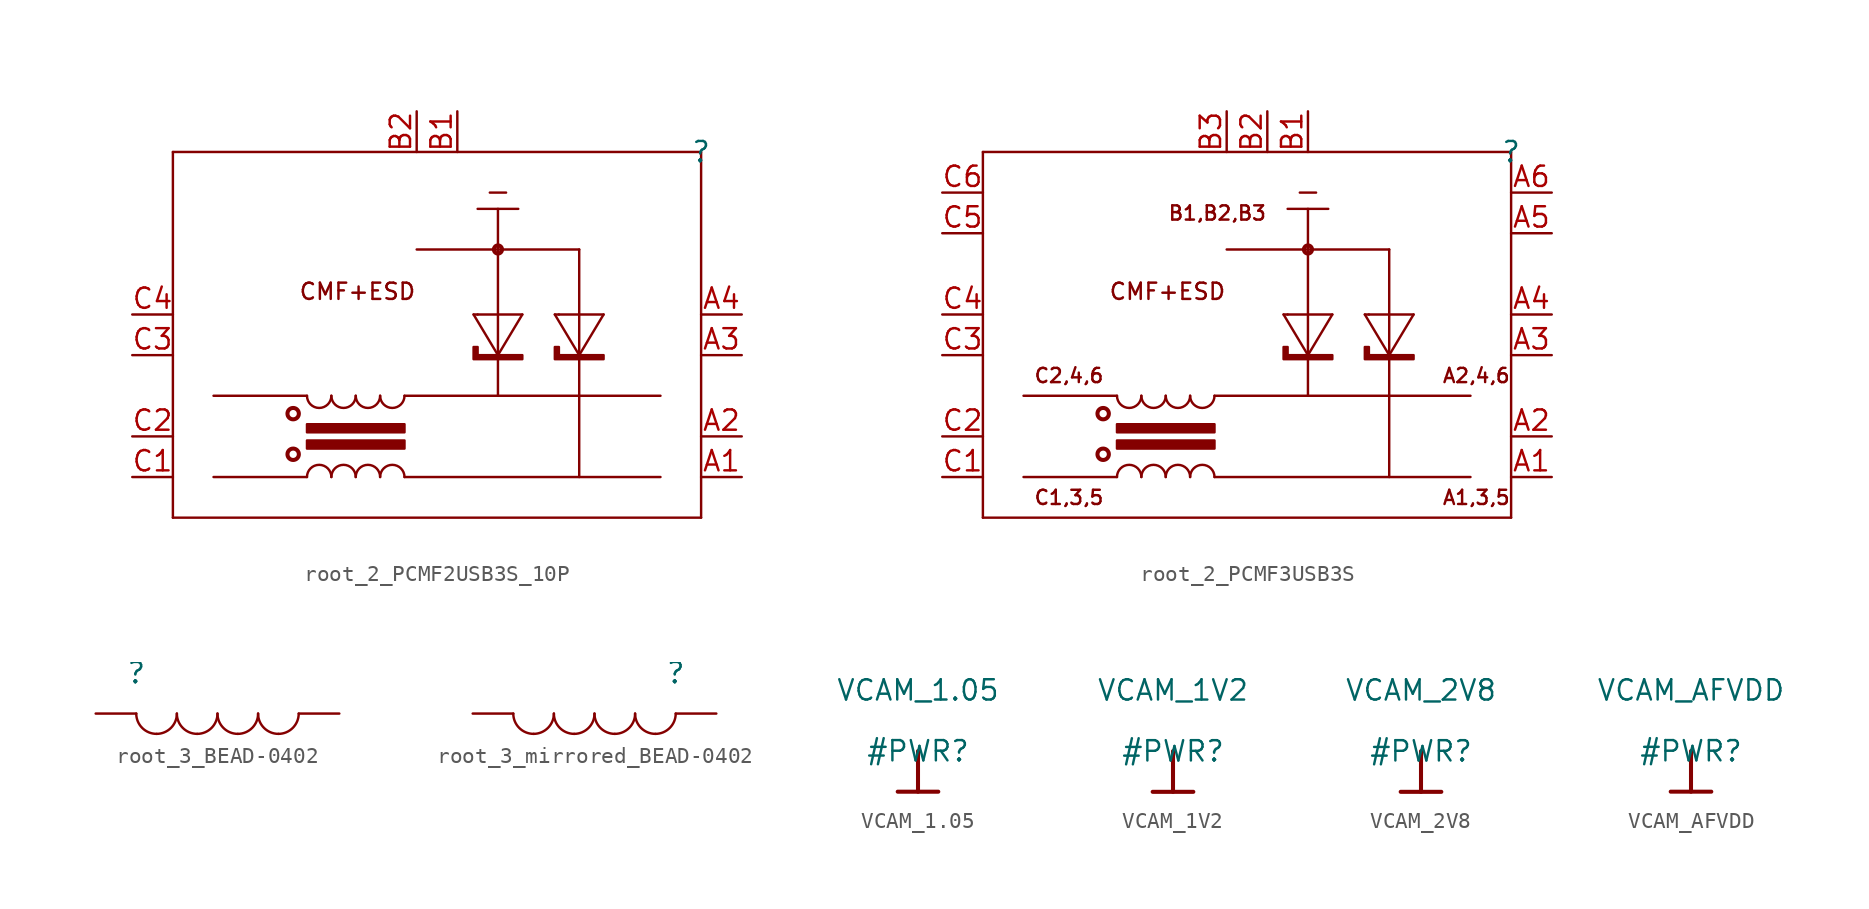
<source format=kicad_sym>
(kicad_symbol_lib
  (version 20220914)
  (generator kicad_symbol_editor)
  (symbol "root_2_PCMF2USB3S_10P"
    (property "Reference" ""
      (at 0 0 0)
      (effects (font (size 1.27 1.27))))
    (property "Value" ""
      (at 0 0 0)
      (effects (font (size 1.27 1.27))))
    (symbol "root_2_PCMF2USB3S_10P_1_0"
      (circle (center -25.502 -18.898) (radius 0.356) (stroke (width 0.254) (type solid)) (fill (type none)))
      (circle (center -25.502 -16.358) (radius 0.356) (stroke (width 0.254) (type solid)) (fill (type none)))
      (arc (start -24.638 -15.24) (mid -23.876 -16.002) (end -23.114 -15.24) (stroke (width 0) (type solid)) (fill (type none)))
      (arc (start -23.114 -20.32) (mid -23.876 -19.558) (end -24.638 -20.32) (stroke (width 0) (type solid)) (fill (type none)))
      (arc (start -23.114 -15.24) (mid -22.352 -16.002) (end -21.59 -15.24) (stroke (width 0) (type solid)) (fill (type none)))
      (arc (start -21.59 -20.32) (mid -22.352 -19.558) (end -23.114 -20.32) (stroke (width 0) (type solid)) (fill (type none)))
      (arc (start -21.59 -15.24) (mid -20.828 -16.002) (end -20.066 -15.24) (stroke (width 0) (type solid)) (fill (type none)))
      (arc (start -20.066 -20.32) (mid -20.828 -19.558) (end -21.59 -20.32) (stroke (width 0) (type solid)) (fill (type none)))
      (arc (start -20.066 -15.24) (mid -19.304 -16.002) (end -18.542 -15.24) (stroke (width 0) (type solid)) (fill (type none)))
      (arc (start -18.542 -20.32) (mid -19.304 -19.558) (end -20.066 -20.32) (stroke (width 0) (type solid)) (fill (type none)))
      (circle (center -12.7 -6.096) (radius 0.254) (stroke (width 0.254) (type solid)) (fill (type none)))
      (polyline (pts (xy -33.02 -22.86) (xy -33.02 0)) (stroke (width 0) (type solid)) (fill (type none)))
      (polyline (pts (xy -33.02 0) (xy 0 0)) (stroke (width 0) (type solid)) (fill (type none)))
      (polyline (pts (xy -24.638 -20.32) (xy -30.48 -20.32)) (stroke (width 0) (type solid)) (fill (type none)))
      (polyline (pts (xy -24.638 -15.24) (xy -30.48 -15.24)) (stroke (width 0) (type solid)) (fill (type none)))
      (polyline (pts (xy -18.542 -20.32) (xy -2.54 -20.32)) (stroke (width 0) (type solid)) (fill (type none)))
      (polyline (pts (xy -18.542 -15.24) (xy -2.54 -15.24)) (stroke (width 0) (type solid)) (fill (type none)))
      (polyline (pts (xy -14.224 -10.16) (xy -12.7 -12.7)) (stroke (width 0) (type solid)) (fill (type none)))
      (polyline (pts (xy -13.97 -10.16) (xy -14.224 -10.16)) (stroke (width 0) (type solid)) (fill (type none)))
      (polyline (pts (xy -12.7 -12.7) (xy -12.7 -12.7)) (stroke (width 0) (type solid)) (fill (type none)))
      (polyline (pts (xy -12.7 -12.7) (xy -11.176 -10.16)) (stroke (width 0) (type solid)) (fill (type none)))
      (polyline (pts (xy -12.7 -3.556) (xy -12.7 -15.24)) (stroke (width 0) (type solid)) (fill (type none)))
      (polyline (pts (xy -12.192 -2.54) (xy -13.208 -2.54)) (stroke (width 0) (type solid)) (fill (type none)))
      (polyline (pts (xy -11.43 -3.556) (xy -13.97 -3.556)) (stroke (width 0) (type solid)) (fill (type none)))
      (polyline (pts (xy -11.176 -10.16) (xy -13.97 -10.16)) (stroke (width 0) (type solid)) (fill (type none)))
      (polyline (pts (xy -9.144 -10.16) (xy -7.62 -12.7)) (stroke (width 0) (type solid)) (fill (type none)))
      (polyline (pts (xy -8.89 -10.16) (xy -9.144 -10.16)) (stroke (width 0) (type solid)) (fill (type none)))
      (polyline (pts (xy -7.62 -12.7) (xy -7.62 -12.7)) (stroke (width 0) (type solid)) (fill (type none)))
      (polyline (pts (xy -7.62 -12.7) (xy -6.096 -10.16)) (stroke (width 0) (type solid)) (fill (type none)))
      (polyline (pts (xy -7.62 -6.096) (xy -17.78 -6.096)) (stroke (width 0) (type solid)) (fill (type none)))
      (polyline (pts (xy -7.62 -6.096) (xy -7.62 -20.32)) (stroke (width 0) (type solid)) (fill (type none)))
      (polyline (pts (xy -6.096 -10.16) (xy -8.89 -10.16)) (stroke (width 0) (type solid)) (fill (type none)))
      (polyline (pts (xy 0 -22.86) (xy -33.02 -22.86)) (stroke (width 0) (type solid)) (fill (type none)))
      (polyline (pts (xy 0 0) (xy 0 -22.86)) (stroke (width 0) (type solid)) (fill (type none)))
      (polyline (pts (xy -18.542 -18.034) (xy -18.542 -18.542) (xy -24.638 -18.542) (xy -24.638 -18.034) (xy -18.542 -18.034) (xy -18.542 -18.034)) (stroke (width 0) (type solid)) (fill (type outline)))
      (polyline (pts (xy -18.542 -17.018) (xy -18.542 -17.526) (xy -24.638 -17.526) (xy -24.638 -17.018) (xy -18.542 -17.018) (xy -18.542 -17.018)) (stroke (width 0) (type solid)) (fill (type outline)))
      (polyline (pts (xy -11.176 -12.7) (xy -11.176 -12.7) (xy -13.97 -12.7) (xy -13.97 -12.192) (xy -14.224 -12.192) (xy -14.224 -12.954) (xy -11.176 -12.954) (xy -11.176 -12.7) (xy -11.176 -12.7)) (stroke (width 0) (type solid)) (fill (type outline)))
      (polyline (pts (xy -6.096 -12.7) (xy -6.096 -12.7) (xy -8.89 -12.7) (xy -8.89 -12.192) (xy -9.144 -12.192) (xy -9.144 -12.954) (xy -6.096 -12.954) (xy -6.096 -12.7) (xy -6.096 -12.7)) (stroke (width 0) (type solid)) (fill (type outline)))
      (text "CMF+ESD" (at -17.78 -8.128 0) (effects (font (size 1.016 1.016)) (justify right top)))
      (pin passive line (at 2.54 -20.32 180) (length 2.54) (name "CH1_IN+" (effects (font (size 0 0)))) (number "A1" (effects (font (size 1.27 1.27)))))
      (pin passive line (at 2.54 -17.78 180) (length 2.54) (name "CH1_IN-" (effects (font (size 0 0)))) (number "A2" (effects (font (size 1.27 1.27)))))
      (pin passive line (at 2.54 -12.7 180) (length 2.54) (name "CH2_IN+" (effects (font (size 0 0)))) (number "A3" (effects (font (size 1.27 1.27)))))
      (pin passive line (at 2.54 -10.16 180) (length 2.54) (name "CH2_IN-" (effects (font (size 0 0)))) (number "A4" (effects (font (size 1.27 1.27)))))
      (pin power_in line (at -15.24 2.54 270) (length 2.54) (name "GND_CH1" (effects (font (size 0 0)))) (number "B1" (effects (font (size 1.27 1.27)))))
      (pin power_in line (at -17.78 2.54 270) (length 2.54) (name "GND_CH2" (effects (font (size 0 0)))) (number "B2" (effects (font (size 1.27 1.27)))))
      (pin passive line (at -35.56 -20.32 0) (length 2.54) (name "CH1_OUT+" (effects (font (size 0 0)))) (number "C1" (effects (font (size 1.27 1.27)))))
      (pin passive line (at -35.56 -17.78 0) (length 2.54) (name "CH1_OUT-" (effects (font (size 0 0)))) (number "C2" (effects (font (size 1.27 1.27)))))
      (pin passive line (at -35.56 -12.7 0) (length 2.54) (name "CH2_OUT+" (effects (font (size 0 0)))) (number "C3" (effects (font (size 1.27 1.27)))))
      (pin passive line (at -35.56 -10.16 0) (length 2.54) (name "CH2_OUT-" (effects (font (size 0 0)))) (number "C4" (effects (font (size 1.27 1.27)))))))
  (symbol "root_2_PCMF3USB3S"
    (property "Reference" ""
      (at 0 0 0)
      (effects (font (size 1.27 1.27))))
    (property "Value" ""
      (at 0 0 0)
      (effects (font (size 1.27 1.27))))
    (symbol "root_2_PCMF3USB3S_1_0"
      (circle (center -25.502 -18.898) (radius 0.356) (stroke (width 0.254) (type solid)) (fill (type none)))
      (circle (center -25.502 -16.358) (radius 0.356) (stroke (width 0.254) (type solid)) (fill (type none)))
      (arc (start -24.638 -15.24) (mid -23.876 -16.002) (end -23.114 -15.24) (stroke (width 0) (type solid)) (fill (type none)))
      (arc (start -23.114 -20.32) (mid -23.876 -19.558) (end -24.638 -20.32) (stroke (width 0) (type solid)) (fill (type none)))
      (arc (start -23.114 -15.24) (mid -22.352 -16.002) (end -21.59 -15.24) (stroke (width 0) (type solid)) (fill (type none)))
      (arc (start -21.59 -20.32) (mid -22.352 -19.558) (end -23.114 -20.32) (stroke (width 0) (type solid)) (fill (type none)))
      (arc (start -21.59 -15.24) (mid -20.828 -16.002) (end -20.066 -15.24) (stroke (width 0) (type solid)) (fill (type none)))
      (arc (start -20.066 -20.32) (mid -20.828 -19.558) (end -21.59 -20.32) (stroke (width 0) (type solid)) (fill (type none)))
      (arc (start -20.066 -15.24) (mid -19.304 -16.002) (end -18.542 -15.24) (stroke (width 0) (type solid)) (fill (type none)))
      (arc (start -18.542 -20.32) (mid -19.304 -19.558) (end -20.066 -20.32) (stroke (width 0) (type solid)) (fill (type none)))
      (circle (center -12.7 -6.096) (radius 0.254) (stroke (width 0.254) (type solid)) (fill (type none)))
      (polyline (pts (xy -33.02 -22.86) (xy -33.02 0)) (stroke (width 0) (type solid)) (fill (type none)))
      (polyline (pts (xy -33.02 0) (xy 0 0)) (stroke (width 0) (type solid)) (fill (type none)))
      (polyline (pts (xy -24.638 -20.32) (xy -30.48 -20.32)) (stroke (width 0) (type solid)) (fill (type none)))
      (polyline (pts (xy -24.638 -15.24) (xy -30.48 -15.24)) (stroke (width 0) (type solid)) (fill (type none)))
      (polyline (pts (xy -18.542 -20.32) (xy -2.54 -20.32)) (stroke (width 0) (type solid)) (fill (type none)))
      (polyline (pts (xy -18.542 -15.24) (xy -2.54 -15.24)) (stroke (width 0) (type solid)) (fill (type none)))
      (polyline (pts (xy -14.224 -10.16) (xy -12.7 -12.7)) (stroke (width 0) (type solid)) (fill (type none)))
      (polyline (pts (xy -13.97 -10.16) (xy -14.224 -10.16)) (stroke (width 0) (type solid)) (fill (type none)))
      (polyline (pts (xy -12.7 -12.7) (xy -12.7 -12.7)) (stroke (width 0) (type solid)) (fill (type none)))
      (polyline (pts (xy -12.7 -12.7) (xy -11.176 -10.16)) (stroke (width 0) (type solid)) (fill (type none)))
      (polyline (pts (xy -12.7 -3.556) (xy -12.7 -15.24)) (stroke (width 0) (type solid)) (fill (type none)))
      (polyline (pts (xy -12.192 -2.54) (xy -13.208 -2.54)) (stroke (width 0) (type solid)) (fill (type none)))
      (polyline (pts (xy -11.43 -3.556) (xy -13.97 -3.556)) (stroke (width 0) (type solid)) (fill (type none)))
      (polyline (pts (xy -11.176 -10.16) (xy -13.97 -10.16)) (stroke (width 0) (type solid)) (fill (type none)))
      (polyline (pts (xy -9.144 -10.16) (xy -7.62 -12.7)) (stroke (width 0) (type solid)) (fill (type none)))
      (polyline (pts (xy -8.89 -10.16) (xy -9.144 -10.16)) (stroke (width 0) (type solid)) (fill (type none)))
      (polyline (pts (xy -7.62 -12.7) (xy -7.62 -12.7)) (stroke (width 0) (type solid)) (fill (type none)))
      (polyline (pts (xy -7.62 -12.7) (xy -6.096 -10.16)) (stroke (width 0) (type solid)) (fill (type none)))
      (polyline (pts (xy -7.62 -6.096) (xy -17.78 -6.096)) (stroke (width 0) (type solid)) (fill (type none)))
      (polyline (pts (xy -7.62 -6.096) (xy -7.62 -20.32)) (stroke (width 0) (type solid)) (fill (type none)))
      (polyline (pts (xy -6.096 -10.16) (xy -8.89 -10.16)) (stroke (width 0) (type solid)) (fill (type none)))
      (polyline (pts (xy 0 -22.86) (xy -33.02 -22.86)) (stroke (width 0) (type solid)) (fill (type none)))
      (polyline (pts (xy 0 0) (xy 0 -22.86)) (stroke (width 0) (type solid)) (fill (type none)))
      (polyline (pts (xy -18.542 -18.034) (xy -18.542 -18.542) (xy -24.638 -18.542) (xy -24.638 -18.034) (xy -18.542 -18.034) (xy -18.542 -18.034)) (stroke (width 0) (type solid)) (fill (type outline)))
      (polyline (pts (xy -18.542 -17.018) (xy -18.542 -17.526) (xy -24.638 -17.526) (xy -24.638 -17.018) (xy -18.542 -17.018) (xy -18.542 -17.018)) (stroke (width 0) (type solid)) (fill (type outline)))
      (polyline (pts (xy -11.176 -12.7) (xy -11.176 -12.7) (xy -13.97 -12.7) (xy -13.97 -12.192) (xy -14.224 -12.192) (xy -14.224 -12.954) (xy -11.176 -12.954) (xy -11.176 -12.7) (xy -11.176 -12.7)) (stroke (width 0) (type solid)) (fill (type outline)))
      (polyline (pts (xy -6.096 -12.7) (xy -6.096 -12.7) (xy -8.89 -12.7) (xy -8.89 -12.192) (xy -9.144 -12.192) (xy -9.144 -12.954) (xy -6.096 -12.954) (xy -6.096 -12.7) (xy -6.096 -12.7)) (stroke (width 0) (type solid)) (fill (type outline)))
      (text "A1,3,5" (at 0 -21.082 0) (effects (font (size 0.889 0.889)) (justify right top)))
      (text "A2,4,6" (at 0 -13.462 0) (effects (font (size 0.889 0.889)) (justify right top)))
      (text "B1,B2,B3" (at -15.24 -3.302 0) (effects (font (size 0.889 0.889)) (justify right top)))
      (text "C1,3,5" (at -25.4 -21.082 0) (effects (font (size 0.889 0.889)) (justify right top)))
      (text "C2,4,6" (at -25.4 -13.462 0) (effects (font (size 0.889 0.889)) (justify right top)))
      (text "CMF+ESD" (at -17.78 -8.128 0) (effects (font (size 1.016 1.016)) (justify right top)))
      (pin passive line (at 2.54 -20.32 180) (length 2.54) (name "CH1_IN+" (effects (font (size 0 0)))) (number "A1" (effects (font (size 1.27 1.27)))))
      (pin passive line (at 2.54 -17.78 180) (length 2.54) (name "CH1_IN-" (effects (font (size 0 0)))) (number "A2" (effects (font (size 1.27 1.27)))))
      (pin passive line (at 2.54 -12.7 180) (length 2.54) (name "CH2_IN+" (effects (font (size 0 0)))) (number "A3" (effects (font (size 1.27 1.27)))))
      (pin passive line (at 2.54 -10.16 180) (length 2.54) (name "CH2_IN-" (effects (font (size 0 0)))) (number "A4" (effects (font (size 1.27 1.27)))))
      (pin passive line (at 2.54 -5.08 180) (length 2.54) (name "CH3_IN+" (effects (font (size 0 0)))) (number "A5" (effects (font (size 1.27 1.27)))))
      (pin passive line (at 2.54 -2.54 180) (length 2.54) (name "CH3_IN-" (effects (font (size 0 0)))) (number "A6" (effects (font (size 1.27 1.27)))))
      (pin power_in line (at -12.7 2.54 270) (length 2.54) (name "GND_CH1" (effects (font (size 0 0)))) (number "B1" (effects (font (size 1.27 1.27)))))
      (pin power_in line (at -15.24 2.54 270) (length 2.54) (name "GND_CH2" (effects (font (size 0 0)))) (number "B2" (effects (font (size 1.27 1.27)))))
      (pin power_in line (at -17.78 2.54 270) (length 2.54) (name "GND_CH3" (effects (font (size 0 0)))) (number "B3" (effects (font (size 1.27 1.27)))))
      (pin passive line (at -35.56 -20.32 0) (length 2.54) (name "CH1_OUT+" (effects (font (size 0 0)))) (number "C1" (effects (font (size 1.27 1.27)))))
      (pin passive line (at -35.56 -17.78 0) (length 2.54) (name "CH1_OUT-" (effects (font (size 0 0)))) (number "C2" (effects (font (size 1.27 1.27)))))
      (pin passive line (at -35.56 -12.7 0) (length 2.54) (name "CH2_OUT+" (effects (font (size 0 0)))) (number "C3" (effects (font (size 1.27 1.27)))))
      (pin passive line (at -35.56 -10.16 0) (length 2.54) (name "CH2_OUT-" (effects (font (size 0 0)))) (number "C4" (effects (font (size 1.27 1.27)))))
      (pin passive line (at -35.56 -5.08 0) (length 2.54) (name "CH3_OUT+" (effects (font (size 0 0)))) (number "C5" (effects (font (size 1.27 1.27)))))
      (pin passive line (at -35.56 -2.54 0) (length 2.54) (name "CH3_OUT-" (effects (font (size 0 0)))) (number "C6" (effects (font (size 1.27 1.27)))))))
  (symbol "root_3_BEAD-0402"
    (property "Reference" ""
      (at 0 0 0)
      (effects (font (size 1.27 1.27))))
    (property "Value" ""
      (at 0 0 0)
      (effects (font (size 1.27 1.27))))
    (symbol "root_3_BEAD-0402_1_0"
      (arc (start 0 -2.54) (mid 0.372 -3.438) (end 1.27 -3.81) (stroke (width 0) (type solid)) (fill (type none)))
      (arc (start 1.27 -3.81) (mid 2.168 -3.438) (end 2.54 -2.54) (stroke (width 0) (type solid)) (fill (type none)))
      (arc (start 2.54 -2.54) (mid 2.912 -3.438) (end 3.81 -3.81) (stroke (width 0) (type solid)) (fill (type none)))
      (arc (start 3.81 -3.81) (mid 4.708 -3.438) (end 5.08 -2.54) (stroke (width 0) (type solid)) (fill (type none)))
      (arc (start 5.08 -2.54) (mid 5.452 -3.438) (end 6.35 -3.81) (stroke (width 0) (type solid)) (fill (type none)))
      (arc (start 6.35 -3.81) (mid 7.248 -3.438) (end 7.62 -2.54) (stroke (width 0) (type solid)) (fill (type none)))
      (arc (start 7.62 -2.54) (mid 7.992 -3.438) (end 8.89 -3.81) (stroke (width 0) (type solid)) (fill (type none)))
      (arc (start 8.89 -3.81) (mid 9.788 -3.438) (end 10.16 -2.54) (stroke (width 0) (type solid)) (fill (type none)))
      (pin passive line (at 12.7 -2.54 180) (length 2.54) (name "1" (effects (font (size 0 0)))) (number "1" (effects (font (size 0 0)))))
      (pin passive line (at -2.54 -2.54 0) (length 2.54) (name "2" (effects (font (size 0 0)))) (number "2" (effects (font (size 0 0)))))))
  (symbol "root_3_mirrored_BEAD-0402"
    (property "Reference" ""
      (at 0 0 0)
      (effects (font (size 1.27 1.27))))
    (property "Value" ""
      (at 0 0 0)
      (effects (font (size 1.27 1.27))))
    (symbol "root_3_mirrored_BEAD-0402_1_0"
      (arc (start -10.16 -2.54) (mid -9.788 -3.438) (end -8.89 -3.81) (stroke (width 0) (type solid)) (fill (type none)))
      (arc (start -8.89 -3.81) (mid -7.992 -3.438) (end -7.62 -2.54) (stroke (width 0) (type solid)) (fill (type none)))
      (arc (start -7.62 -2.54) (mid -7.248 -3.438) (end -6.35 -3.81) (stroke (width 0) (type solid)) (fill (type none)))
      (arc (start -6.35 -3.81) (mid -5.452 -3.438) (end -5.08 -2.54) (stroke (width 0) (type solid)) (fill (type none)))
      (arc (start -5.08 -2.54) (mid -4.708 -3.438) (end -3.81 -3.81) (stroke (width 0) (type solid)) (fill (type none)))
      (arc (start -3.81 -3.81) (mid -2.912 -3.438) (end -2.54 -2.54) (stroke (width 0) (type solid)) (fill (type none)))
      (arc (start -2.54 -2.54) (mid -2.168 -3.438) (end -1.27 -3.81) (stroke (width 0) (type solid)) (fill (type none)))
      (arc (start -1.27 -3.81) (mid -0.372 -3.438) (end 0 -2.54) (stroke (width 0) (type solid)) (fill (type none)))
      (pin passive line (at -12.7 -2.54 0) (length 2.54) (name "1" (effects (font (size 0 0)))) (number "1" (effects (font (size 0 0)))))
      (pin passive line (at 2.54 -2.54 180) (length 2.54) (name "2" (effects (font (size 0 0)))) (number "2" (effects (font (size 0 0)))))))
  (symbol "VCAM_1.05"
    (power)
    (property "Reference" "#PWR"
      (at 0 0 0)
      (effects (font (size 1.27 1.27))))
    (property "Value" "VCAM_1.05"
      (at 0 3.81 0)
      (effects (font (size 1.27 1.27))))
    (symbol "VCAM_1.05_0_0"
      (polyline (pts (xy -1.27 -2.54) (xy 1.27 -2.54)) (stroke (width 0.254) (type solid)) (fill (type none)))
      (polyline (pts (xy 0 0) (xy 0 -2.54)) (stroke (width 0.254) (type solid)) (fill (type none)))
      (pin power_in line (at 0 0 0) (length 0) hide (name "VCAM_1.05" (effects (font (size 1.27 1.27)))) (number "" (effects (font (size 1.27 1.27)))))))
  (symbol "VCAM_1V2"
    (power)
    (property "Reference" "#PWR"
      (at 0 0 0)
      (effects (font (size 1.27 1.27))))
    (property "Value" "VCAM_1V2"
      (at 0 3.81 0)
      (effects (font (size 1.27 1.27))))
    (symbol "VCAM_1V2_0_0"
      (polyline (pts (xy -1.27 -2.54) (xy 1.27 -2.54)) (stroke (width 0.254) (type solid)) (fill (type none)))
      (polyline (pts (xy 0 0) (xy 0 -2.54)) (stroke (width 0.254) (type solid)) (fill (type none)))
      (pin power_in line (at 0 0 0) (length 0) hide (name "VCAM_1V2" (effects (font (size 1.27 1.27)))) (number "" (effects (font (size 1.27 1.27)))))))
  (symbol "VCAM_2V8"
    (power)
    (property "Reference" "#PWR"
      (at 0 0 0)
      (effects (font (size 1.27 1.27))))
    (property "Value" "VCAM_2V8"
      (at 0 3.81 0)
      (effects (font (size 1.27 1.27))))
    (symbol "VCAM_2V8_0_0"
      (polyline (pts (xy -1.27 -2.54) (xy 1.27 -2.54)) (stroke (width 0.254) (type solid)) (fill (type none)))
      (polyline (pts (xy 0 0) (xy 0 -2.54)) (stroke (width 0.254) (type solid)) (fill (type none)))
      (pin power_in line (at 0 0 0) (length 0) hide (name "VCAM_2V8" (effects (font (size 1.27 1.27)))) (number "" (effects (font (size 1.27 1.27)))))))
  (symbol "VCAM_AFVDD"
    (power)
    (property "Reference" "#PWR"
      (at 0 0 0)
      (effects (font (size 1.27 1.27))))
    (property "Value" "VCAM_AFVDD"
      (at 0 3.81 0)
      (effects (font (size 1.27 1.27))))
    (symbol "VCAM_AFVDD_0_0"
      (polyline (pts (xy -1.27 -2.54) (xy 1.27 -2.54)) (stroke (width 0.254) (type solid)) (fill (type none)))
      (polyline (pts (xy 0 0) (xy 0 -2.54)) (stroke (width 0.254) (type solid)) (fill (type none)))
      (pin power_in line (at 0 0 0) (length 0) hide (name "VCAM_AFVDD" (effects (font (size 1.27 1.27)))) (number "" (effects (font (size 1.27 1.27))))))))
</source>
